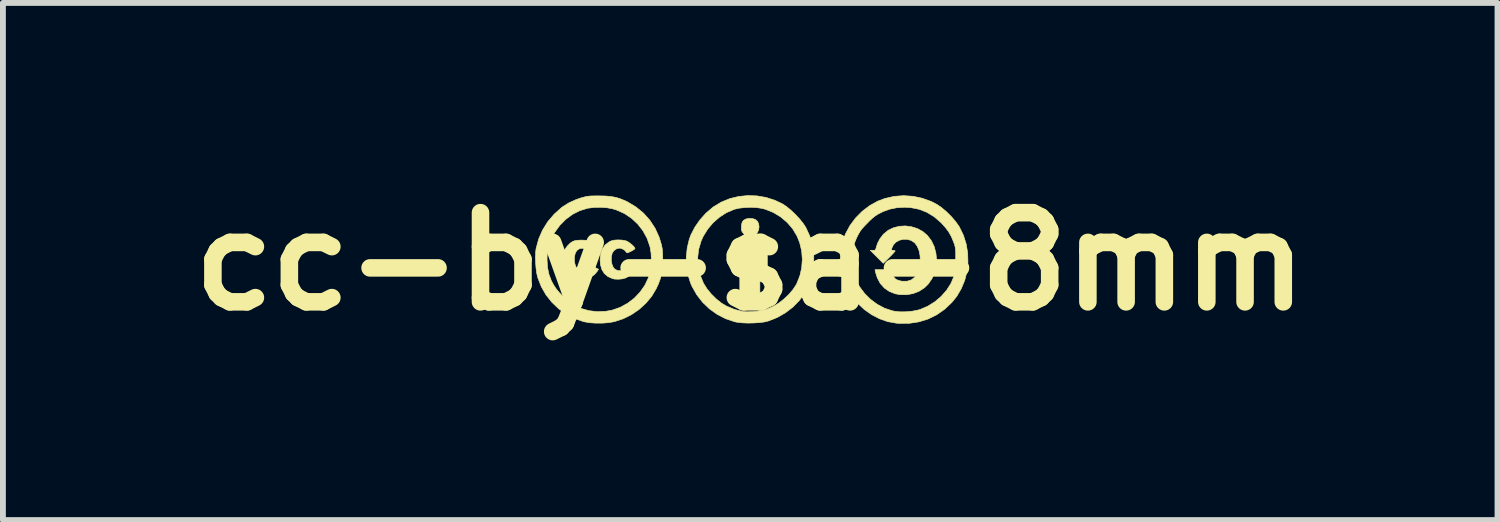
<source format=kicad_pcb>
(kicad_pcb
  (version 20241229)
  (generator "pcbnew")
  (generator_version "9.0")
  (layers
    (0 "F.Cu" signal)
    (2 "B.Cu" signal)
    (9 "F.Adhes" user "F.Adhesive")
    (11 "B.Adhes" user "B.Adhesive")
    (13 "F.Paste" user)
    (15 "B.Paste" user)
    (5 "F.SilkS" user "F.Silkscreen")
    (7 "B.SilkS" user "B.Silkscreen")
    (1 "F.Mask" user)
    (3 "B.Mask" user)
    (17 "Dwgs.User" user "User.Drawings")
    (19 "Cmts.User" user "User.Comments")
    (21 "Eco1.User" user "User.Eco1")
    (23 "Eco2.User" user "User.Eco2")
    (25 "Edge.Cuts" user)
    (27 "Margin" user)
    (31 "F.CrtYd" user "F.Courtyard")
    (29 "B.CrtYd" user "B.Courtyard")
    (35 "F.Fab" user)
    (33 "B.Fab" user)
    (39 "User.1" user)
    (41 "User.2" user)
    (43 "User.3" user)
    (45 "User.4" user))
  (footprint "cc-by-sa-8mm"
    (layer "F.Cu")
    (at 9.768 1.418)
    (property "Reference" "cc-by-sa-8mm" (at 0 0 0) (layer "F.SilkS") (effects (font (size 1.524 1.524) (thickness 0.3))))
    (attr through_hole)
    (fp_poly (pts (xy 0.042 -0.733) (xy 0.088 -0.718) (xy 0.124 -0.686) (xy 0.145 -0.641) (xy 0.151 -0.589) (xy 0.143 -0.537) (xy 0.12 -0.491) (xy 0.084 -0.457) (xy 0.071 -0.45) (xy 0.005 -0.434) (xy -0.057 -0.439) (xy -0.071 -0.444) (xy -0.098 -0.462) (xy -0.125 -0.489) (xy -0.126 -0.491) (xy -0.143 -0.517) (xy -0.15 -0.545) (xy -0.151 -0.585) (xy -0.15 -0.602) (xy -0.144 -0.648) (xy -0.134 -0.678) (xy -0.116 -0.701) (xy -0.109 -0.707) (xy -0.068 -0.728) (xy -0.014 -0.737) (xy 0.042 -0.733)) (stroke (width 0.01) (type solid)) (fill yes) (layer "F.SilkS"))
    (fp_poly (pts (xy 0.167 -0.381) (xy 0.218 -0.376) (xy 0.253 -0.363) (xy 0.275 -0.341) (xy 0.287 -0.305) (xy 0.292 -0.253) (xy 0.292 -0.182) (xy 0.292 -0.095) (xy 0.292 0.14) (xy 0.165 0.14) (xy 0.165 0.673) (xy -0.178 0.673) (xy -0.178 0.14) (xy -0.292 0.14) (xy -0.292 -0.101) (xy -0.292 -0.185) (xy -0.291 -0.247) (xy -0.29 -0.291) (xy -0.287 -0.32) (xy -0.283 -0.339) (xy -0.276 -0.351) (xy -0.267 -0.359) (xy -0.264 -0.361) (xy -0.249 -0.368) (xy -0.227 -0.374) (xy -0.193 -0.377) (xy -0.144 -0.38) (xy -0.076 -0.381) (xy 0.003 -0.381) (xy 0.096 -0.381) (xy 0.167 -0.381)) (stroke (width 0.01) (type solid)) (fill yes) (layer "F.SilkS"))
    (fp_poly (pts (xy -2.809 -0.363) (xy -2.73 -0.343) (xy -2.666 -0.304) (xy -2.628 -0.266) (xy -2.589 -0.217) (xy -2.663 -0.18) (xy -2.737 -0.143) (xy -2.77 -0.178) (xy -2.816 -0.213) (xy -2.867 -0.227) (xy -2.918 -0.218) (xy -2.959 -0.191) (xy -2.987 -0.147) (xy -3.002 -0.088) (xy -3.005 -0.022) (xy -2.995 0.043) (xy -2.978 0.09) (xy -2.945 0.129) (xy -2.901 0.151) (xy -2.851 0.158) (xy -2.802 0.148) (xy -2.762 0.121) (xy -2.748 0.102) (xy -2.726 0.066) (xy -2.592 0.132) (xy -2.614 0.168) (xy -2.66 0.223) (xy -2.723 0.265) (xy -2.798 0.292) (xy -2.878 0.304) (xy -2.958 0.297) (xy -3.001 0.285) (xy -3.074 0.249) (xy -3.13 0.198) (xy -3.159 0.155) (xy -3.175 0.125) (xy -3.186 0.097) (xy -3.191 0.065) (xy -3.194 0.021) (xy -3.194 -0.033) (xy -3.194 -0.092) (xy -3.191 -0.134) (xy -3.185 -0.164) (xy -3.174 -0.191) (xy -3.157 -0.22) (xy -3.156 -0.223) (xy -3.123 -0.266) (xy -3.083 -0.307) (xy -3.064 -0.323) (xy -3.033 -0.342) (xy -3.002 -0.354) (xy -2.964 -0.361) (xy -2.91 -0.365) (xy -2.905 -0.366) (xy -2.809 -0.363)) (stroke (width 0.01) (type solid)) (fill yes) (layer "F.SilkS"))
    (fp_poly (pts (xy -2.201 -0.367) (xy -2.142 -0.358) (xy -2.112 -0.349) (xy -2.079 -0.331) (xy -2.041 -0.303) (xy -2.006 -0.273) (xy -1.98 -0.244) (xy -1.969 -0.224) (xy -1.968 -0.222) (xy -1.979 -0.21) (xy -2.006 -0.191) (xy -2.038 -0.174) (xy -2.077 -0.156) (xy -2.099 -0.148) (xy -2.111 -0.151) (xy -2.119 -0.162) (xy -2.121 -0.165) (xy -2.146 -0.193) (xy -2.185 -0.216) (xy -2.226 -0.228) (xy -2.235 -0.229) (xy -2.283 -0.217) (xy -2.326 -0.188) (xy -2.356 -0.148) (xy -2.357 -0.146) (xy -2.372 -0.085) (xy -2.374 -0.02) (xy -2.363 0.044) (xy -2.341 0.098) (xy -2.316 0.128) (xy -2.27 0.153) (xy -2.218 0.157) (xy -2.166 0.142) (xy -2.124 0.11) (xy -2.114 0.097) (xy -2.093 0.064) (xy -2.031 0.096) (xy -1.996 0.116) (xy -1.974 0.135) (xy -1.968 0.144) (xy -1.978 0.165) (xy -2.004 0.195) (xy -2.041 0.227) (xy -2.082 0.256) (xy -2.121 0.278) (xy -2.18 0.296) (xy -2.251 0.303) (xy -2.319 0.3) (xy -2.35 0.293) (xy -2.43 0.258) (xy -2.492 0.206) (xy -2.534 0.138) (xy -2.559 0.053) (xy -2.565 -0.032) (xy -2.555 -0.132) (xy -2.526 -0.216) (xy -2.478 -0.284) (xy -2.411 -0.335) (xy -2.376 -0.352) (xy -2.329 -0.364) (xy -2.267 -0.369) (xy -2.201 -0.367)) (stroke (width 0.01) (type solid)) (fill yes) (layer "F.SilkS"))
    (fp_poly (pts (xy 2.756 -0.594) (xy 2.856 -0.563) (xy 2.948 -0.513) (xy 3.028 -0.444) (xy 3.028 -0.444) (xy 3.096 -0.354) (xy 3.144 -0.253) (xy 3.173 -0.143) (xy 3.184 -0.03) (xy 3.175 0.083) (xy 3.149 0.193) (xy 3.104 0.295) (xy 3.041 0.386) (xy 2.979 0.447) (xy 2.887 0.507) (xy 2.783 0.548) (xy 2.671 0.568) (xy 2.558 0.566) (xy 2.477 0.551) (xy 2.377 0.512) (xy 2.292 0.453) (xy 2.222 0.375) (xy 2.171 0.279) (xy 2.14 0.181) (xy 2.132 0.14) (xy 2.272 0.14) (xy 2.334 0.14) (xy 2.374 0.141) (xy 2.398 0.144) (xy 2.409 0.15) (xy 2.413 0.16) (xy 2.413 0.166) (xy 2.423 0.212) (xy 2.448 0.259) (xy 2.481 0.297) (xy 2.494 0.306) (xy 2.53 0.321) (xy 2.576 0.334) (xy 2.597 0.337) (xy 2.68 0.337) (xy 2.751 0.315) (xy 2.809 0.271) (xy 2.855 0.205) (xy 2.887 0.118) (xy 2.896 0.083) (xy 2.906 -0.009) (xy 2.902 -0.1) (xy 2.885 -0.186) (xy 2.854 -0.26) (xy 2.813 -0.316) (xy 2.807 -0.322) (xy 2.749 -0.36) (xy 2.683 -0.379) (xy 2.616 -0.38) (xy 2.551 -0.364) (xy 2.493 -0.333) (xy 2.448 -0.288) (xy 2.42 -0.23) (xy 2.419 -0.225) (xy 2.415 -0.2) (xy 2.426 -0.191) (xy 2.443 -0.191) (xy 2.468 -0.187) (xy 2.477 -0.181) (xy 2.468 -0.168) (xy 2.445 -0.142) (xy 2.411 -0.106) (xy 2.375 -0.07) (xy 2.273 0.031) (xy 2.162 -0.08) (xy 2.051 -0.191) (xy 2.097 -0.191) (xy 2.128 -0.193) (xy 2.143 -0.204) (xy 2.151 -0.232) (xy 2.152 -0.238) (xy 2.176 -0.312) (xy 2.216 -0.388) (xy 2.269 -0.458) (xy 2.282 -0.472) (xy 2.36 -0.535) (xy 2.451 -0.578) (xy 2.55 -0.602) (xy 2.653 -0.608) (xy 2.756 -0.594)) (stroke (width 0.01) (type solid)) (fill yes) (layer "F.SilkS"))
    (fp_poly (pts (xy 0.117 -1.121) (xy 0.274 -1.094) (xy 0.426 -1.044) (xy 0.546 -0.987) (xy 0.618 -0.94) (xy 0.696 -0.876) (xy 0.774 -0.802) (xy 0.847 -0.723) (xy 0.909 -0.645) (xy 0.949 -0.584) (xy 1.017 -0.437) (xy 1.062 -0.28) (xy 1.086 -0.117) (xy 1.086 0.05) (xy 1.063 0.216) (xy 1.053 0.26) (xy 1.003 0.404) (xy 0.932 0.54) (xy 0.84 0.665) (xy 0.73 0.778) (xy 0.603 0.875) (xy 0.463 0.956) (xy 0.311 1.016) (xy 0.242 1.033) (xy 0.155 1.044) (xy 0.058 1.05) (xy -0.042 1.052) (xy -0.138 1.048) (xy -0.222 1.038) (xy -0.267 1.029) (xy -0.421 0.977) (xy -0.565 0.903) (xy -0.697 0.808) (xy -0.814 0.696) (xy -0.914 0.567) (xy -0.995 0.424) (xy -1.021 0.363) (xy -1.064 0.224) (xy -1.088 0.074) (xy -1.091 -0.063) (xy -0.898 -0.063) (xy -0.89 0.082) (xy -0.858 0.225) (xy -0.801 0.365) (xy -0.796 0.375) (xy -0.74 0.465) (xy -0.665 0.556) (xy -0.579 0.641) (xy -0.488 0.713) (xy -0.413 0.758) (xy -0.271 0.818) (xy -0.125 0.855) (xy -0.121 0.855) (xy -0.076 0.859) (xy -0.015 0.858) (xy 0.055 0.855) (xy 0.125 0.849) (xy 0.187 0.841) (xy 0.229 0.832) (xy 0.273 0.818) (xy 0.33 0.795) (xy 0.388 0.769) (xy 0.404 0.761) (xy 0.489 0.71) (xy 0.576 0.642) (xy 0.659 0.564) (xy 0.73 0.48) (xy 0.785 0.398) (xy 0.792 0.385) (xy 0.847 0.251) (xy 0.879 0.11) (xy 0.89 -0.036) (xy 0.879 -0.181) (xy 0.845 -0.323) (xy 0.798 -0.438) (xy 0.724 -0.561) (xy 0.629 -0.67) (xy 0.519 -0.763) (xy 0.396 -0.837) (xy 0.263 -0.891) (xy 0.198 -0.908) (xy 0.11 -0.921) (xy 0.011 -0.926) (xy -0.092 -0.922) (xy -0.19 -0.911) (xy -0.272 -0.892) (xy -0.279 -0.889) (xy -0.407 -0.834) (xy -0.526 -0.757) (xy -0.635 -0.662) (xy -0.728 -0.551) (xy -0.803 -0.43) (xy -0.839 -0.35) (xy -0.881 -0.208) (xy -0.898 -0.063) (xy -1.091 -0.063) (xy -1.092 -0.08) (xy -1.076 -0.234) (xy -1.041 -0.38) (xy -1.014 -0.454) (xy -0.947 -0.584) (xy -0.86 -0.71) (xy -0.757 -0.825) (xy -0.641 -0.924) (xy -0.627 -0.935) (xy -0.494 -1.015) (xy -0.35 -1.074) (xy -0.198 -1.111) (xy -0.041 -1.127) (xy 0.117 -1.121)) (stroke (width 0.01) (type solid)) (fill yes) (layer "F.SilkS"))
    (fp_poly (pts (xy -2.471 -1.119) (xy -2.375 -1.11) (xy -2.29 -1.094) (xy -2.209 -1.068) (xy -2.124 -1.032) (xy -2.094 -1.017) (xy -1.951 -0.931) (xy -1.824 -0.827) (xy -1.716 -0.706) (xy -1.626 -0.569) (xy -1.557 -0.418) (xy -1.516 -0.284) (xy -1.504 -0.221) (xy -1.497 -0.142) (xy -1.495 -0.045) (xy -1.495 -0.025) (xy -1.499 0.093) (xy -1.512 0.195) (xy -1.534 0.289) (xy -1.569 0.384) (xy -1.606 0.464) (xy -1.683 0.593) (xy -1.781 0.711) (xy -1.897 0.817) (xy -2.026 0.906) (xy -2.166 0.976) (xy -2.313 1.025) (xy -2.324 1.028) (xy -2.419 1.045) (xy -2.527 1.053) (xy -2.638 1.053) (xy -2.744 1.046) (xy -2.836 1.03) (xy -2.845 1.028) (xy -2.998 0.975) (xy -3.142 0.901) (xy -3.273 0.807) (xy -3.389 0.696) (xy -3.489 0.57) (xy -3.569 0.431) (xy -3.628 0.281) (xy -3.633 0.265) (xy -3.649 0.193) (xy -3.66 0.106) (xy -3.667 0.012) (xy -3.668 -0.025) (xy -3.471 -0.025) (xy -3.463 0.104) (xy -3.439 0.219) (xy -3.397 0.33) (xy -3.356 0.406) (xy -3.312 0.471) (xy -3.252 0.542) (xy -3.183 0.613) (xy -3.111 0.676) (xy -3.044 0.727) (xy -3.023 0.74) (xy -2.894 0.801) (xy -2.756 0.84) (xy -2.612 0.857) (xy -2.469 0.851) (xy -2.358 0.831) (xy -2.221 0.783) (xy -2.095 0.714) (xy -1.981 0.627) (xy -1.882 0.523) (xy -1.801 0.407) (xy -1.74 0.279) (xy -1.714 0.195) (xy -1.695 0.09) (xy -1.689 -0.027) (xy -1.694 -0.144) (xy -1.712 -0.251) (xy -1.714 -0.257) (xy -1.762 -0.396) (xy -1.832 -0.524) (xy -1.92 -0.638) (xy -2.026 -0.737) (xy -2.146 -0.818) (xy -2.279 -0.878) (xy -2.357 -0.902) (xy -2.452 -0.919) (xy -2.56 -0.926) (xy -2.669 -0.924) (xy -2.77 -0.911) (xy -2.782 -0.909) (xy -2.914 -0.868) (xy -3.038 -0.805) (xy -3.152 -0.72) (xy -3.254 -0.617) (xy -3.341 -0.497) (xy -3.377 -0.433) (xy -3.419 -0.343) (xy -3.448 -0.259) (xy -3.464 -0.173) (xy -3.471 -0.075) (xy -3.471 -0.025) (xy -3.668 -0.025) (xy -3.669 -0.081) (xy -3.666 -0.164) (xy -3.659 -0.219) (xy -3.615 -0.383) (xy -3.548 -0.537) (xy -3.459 -0.68) (xy -3.349 -0.809) (xy -3.219 -0.925) (xy -3.208 -0.933) (xy -3.1 -1.001) (xy -2.975 -1.058) (xy -2.887 -1.088) (xy -2.839 -1.101) (xy -2.798 -1.111) (xy -2.755 -1.117) (xy -2.706 -1.12) (xy -2.642 -1.121) (xy -2.584 -1.121) (xy -2.471 -1.119)) (stroke (width 0.01) (type solid)) (fill yes) (layer "F.SilkS"))
    (fp_poly (pts (xy 2.784 -1.114) (xy 2.942 -1.08) (xy 3.094 -1.025) (xy 3.19 -0.975) (xy 3.268 -0.922) (xy 3.351 -0.852) (xy 3.432 -0.772) (xy 3.505 -0.688) (xy 3.563 -0.607) (xy 3.573 -0.591) (xy 3.643 -0.448) (xy 3.69 -0.298) (xy 3.716 -0.144) (xy 3.72 0.013) (xy 3.703 0.168) (xy 3.666 0.319) (xy 3.607 0.462) (xy 3.529 0.595) (xy 3.445 0.699) (xy 3.32 0.817) (xy 3.185 0.911) (xy 3.038 0.983) (xy 2.882 1.031) (xy 2.717 1.056) (xy 2.542 1.057) (xy 2.493 1.053) (xy 2.348 1.027) (xy 2.207 0.977) (xy 2.072 0.907) (xy 1.947 0.818) (xy 1.834 0.712) (xy 1.735 0.592) (xy 1.653 0.46) (xy 1.591 0.318) (xy 1.573 0.26) (xy 1.555 0.177) (xy 1.545 0.077) (xy 1.541 -0.031) (xy 1.542 -0.072) (xy 1.737 -0.072) (xy 1.738 0.024) (xy 1.745 0.114) (xy 1.757 0.178) (xy 1.803 0.31) (xy 1.87 0.434) (xy 1.956 0.548) (xy 2.057 0.648) (xy 2.171 0.732) (xy 2.295 0.798) (xy 2.425 0.841) (xy 2.468 0.85) (xy 2.559 0.86) (xy 2.663 0.859) (xy 2.769 0.849) (xy 2.866 0.83) (xy 2.907 0.818) (xy 3.035 0.763) (xy 3.155 0.688) (xy 3.263 0.596) (xy 3.356 0.49) (xy 3.43 0.374) (xy 3.482 0.251) (xy 3.483 0.248) (xy 3.495 0.209) (xy 3.503 0.17) (xy 3.508 0.127) (xy 3.51 0.074) (xy 3.511 0.003) (xy 3.511 -0.038) (xy 3.511 -0.115) (xy 3.51 -0.173) (xy 3.506 -0.217) (xy 3.501 -0.252) (xy 3.492 -0.286) (xy 3.479 -0.323) (xy 3.477 -0.328) (xy 3.437 -0.425) (xy 3.389 -0.51) (xy 3.328 -0.59) (xy 3.258 -0.666) (xy 3.143 -0.765) (xy 3.018 -0.841) (xy 2.884 -0.893) (xy 2.741 -0.921) (xy 2.636 -0.927) (xy 2.505 -0.919) (xy 2.386 -0.895) (xy 2.27 -0.853) (xy 2.235 -0.836) (xy 2.183 -0.809) (xy 2.138 -0.78) (xy 2.093 -0.745) (xy 2.042 -0.698) (xy 2.006 -0.661) (xy 1.95 -0.604) (xy 1.908 -0.557) (xy 1.876 -0.513) (xy 1.849 -0.466) (xy 1.831 -0.432) (xy 1.804 -0.372) (xy 1.779 -0.309) (xy 1.76 -0.254) (xy 1.757 -0.241) (xy 1.743 -0.164) (xy 1.737 -0.072) (xy 1.542 -0.072) (xy 1.544 -0.139) (xy 1.555 -0.238) (xy 1.572 -0.321) (xy 1.628 -0.473) (xy 1.705 -0.615) (xy 1.801 -0.744) (xy 1.914 -0.858) (xy 2.04 -0.954) (xy 2.178 -1.031) (xy 2.303 -1.078) (xy 2.46 -1.113) (xy 2.621 -1.125) (xy 2.784 -1.114)) (stroke (width 0.01) (type solid)) (fill yes) (layer "F.SilkS")))
  (gr_rect
    (start -3 -3)
    (end 22.536 5.836)
    (stroke (width 0.1) (type default))
    (fill no)
    (layer "Edge.Cuts")))
</source>
